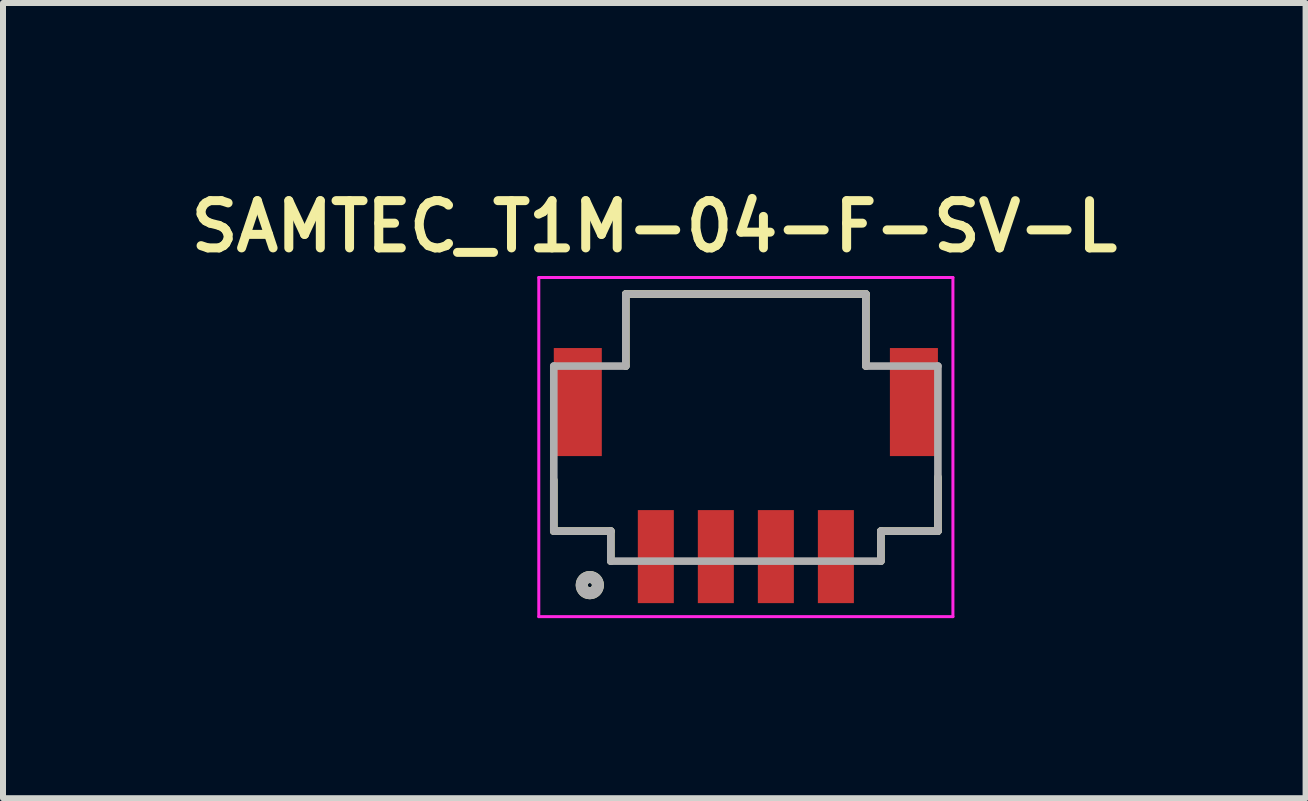
<source format=kicad_pcb>
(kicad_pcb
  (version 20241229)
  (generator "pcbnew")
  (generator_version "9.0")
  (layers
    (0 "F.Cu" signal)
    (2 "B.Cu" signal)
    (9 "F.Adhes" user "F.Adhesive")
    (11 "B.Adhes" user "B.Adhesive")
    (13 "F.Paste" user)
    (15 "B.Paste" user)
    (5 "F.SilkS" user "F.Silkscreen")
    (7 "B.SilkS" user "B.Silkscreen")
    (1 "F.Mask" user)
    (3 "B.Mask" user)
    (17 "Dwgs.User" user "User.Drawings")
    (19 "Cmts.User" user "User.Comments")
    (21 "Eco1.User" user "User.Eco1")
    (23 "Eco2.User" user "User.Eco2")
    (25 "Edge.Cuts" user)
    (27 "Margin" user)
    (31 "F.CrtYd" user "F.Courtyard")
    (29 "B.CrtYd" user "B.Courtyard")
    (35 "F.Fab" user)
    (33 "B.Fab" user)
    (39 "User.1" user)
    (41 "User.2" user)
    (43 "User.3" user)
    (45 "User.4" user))
  (footprint "SAMTEC_T1M-04-F-SV-L"
    (layer "F.Cu")
    (at 9.377 6.224)
    (property "Reference" "SAMTEC_T1M-04-F-SV-L" (at -1.525 -5.5 0) (layer "F.SilkS") (effects (font (size 0.787 0.787) (thickness 0.15))))
    (attr through_hole)
    (fp_line (start -3.2 -1.275) (end -3.2 -0.425) (stroke (width 0.127) (type solid)) (layer "F.SilkS"))
    (fp_line (start -3.2 -0.425) (end -2.25 -0.425) (stroke (width 0.127) (type solid)) (layer "F.SilkS"))
    (fp_line (start -2.25 -0.425) (end -2.25 0.075) (stroke (width 0.127) (type solid)) (layer "F.SilkS"))
    (fp_line (start -2 -4.375) (end 2 -4.375) (stroke (width 0.127) (type solid)) (layer "F.SilkS"))
    (fp_line (start -2 -3.175) (end -2 -4.375) (stroke (width 0.127) (type solid)) (layer "F.SilkS"))
    (fp_line (start 2 -4.375) (end 2 -3.175) (stroke (width 0.127) (type solid)) (layer "F.SilkS"))
    (fp_line (start 2.25 -0.425) (end 2.25 0.075) (stroke (width 0.127) (type solid)) (layer "F.SilkS"))
    (fp_line (start 3.2 -1.325) (end 3.2 -0.425) (stroke (width 0.127) (type solid)) (layer "F.SilkS"))
    (fp_line (start 3.2 -0.425) (end 2.25 -0.425) (stroke (width 0.127) (type solid)) (layer "F.SilkS"))
    (fp_circle (center -2.6 0.475) (end -2.465 0.475) (stroke (width 0.2) (type solid)) (fill no) (layer "F.SilkS"))
    (fp_line (start -3.45 -4.65) (end 3.45 -4.65) (stroke (width 0.05) (type solid)) (layer "F.CrtYd"))
    (fp_line (start -3.45 1) (end -3.45 -4.65) (stroke (width 0.05) (type solid)) (layer "F.CrtYd"))
    (fp_line (start 3.45 -4.65) (end 3.45 1) (stroke (width 0.05) (type solid)) (layer "F.CrtYd"))
    (fp_line (start 3.45 1) (end -3.45 1) (stroke (width 0.05) (type solid)) (layer "F.CrtYd"))
    (fp_line (start -3.2 -3.175) (end -2 -3.175) (stroke (width 0.127) (type solid)) (layer "F.Fab"))
    (fp_line (start -3.2 -0.425) (end -3.2 -3.175) (stroke (width 0.127) (type solid)) (layer "F.Fab"))
    (fp_line (start -2.25 -0.425) (end -3.2 -0.425) (stroke (width 0.127) (type solid)) (layer "F.Fab"))
    (fp_line (start -2.25 0.075) (end -2.25 -0.425) (stroke (width 0.127) (type solid)) (layer "F.Fab"))
    (fp_line (start -2 -4.375) (end 2 -4.375) (stroke (width 0.127) (type solid)) (layer "F.Fab"))
    (fp_line (start -2 -3.175) (end -2 -4.375) (stroke (width 0.127) (type solid)) (layer "F.Fab"))
    (fp_line (start 2 -4.375) (end 2 -3.175) (stroke (width 0.127) (type solid)) (layer "F.Fab"))
    (fp_line (start 2 -3.175) (end 3.2 -3.175) (stroke (width 0.127) (type solid)) (layer "F.Fab"))
    (fp_line (start 2.25 -0.425) (end 2.25 0.075) (stroke (width 0.127) (type solid)) (layer "F.Fab"))
    (fp_line (start 2.25 0.075) (end -2.25 0.075) (stroke (width 0.127) (type solid)) (layer "F.Fab"))
    (fp_line (start 3.2 -3.175) (end 3.2 -0.425) (stroke (width 0.127) (type solid)) (layer "F.Fab"))
    (fp_line (start 3.2 -0.425) (end 2.25 -0.425) (stroke (width 0.127) (type solid)) (layer "F.Fab"))
    (fp_circle (center -2.6 0.475) (end -2.465 0.475) (stroke (width 0.2) (type solid)) (fill no) (layer "F.Fab"))
    (pad "1" smd rect (at -1.5 0) (size 0.6 1.55) (layers "F.Cu" "F.Mask" "F.Paste"))
    (pad "2" smd rect (at -0.5 0) (size 0.6 1.55) (layers "F.Cu" "F.Mask" "F.Paste"))
    (pad "3" smd rect (at 0.5 0) (size 0.6 1.55) (layers "F.Cu" "F.Mask" "F.Paste"))
    (pad "4" smd rect (at 1.5 0) (size 0.6 1.55) (layers "F.Cu" "F.Mask" "F.Paste"))
    (pad "G1" smd rect (at -2.8 -2.575) (size 0.8 1.8) (layers "F.Cu" "F.Mask" "F.Paste"))
    (pad "G2" smd rect (at 2.8 -2.575) (size 0.8 1.8) (layers "F.Cu" "F.Mask" "F.Paste")))
  (gr_rect
    (start -3 -3)
    (end 18.703 10.249)
    (stroke (width 0.1) (type default))
    (fill no)
    (layer "Edge.Cuts")))
</source>
